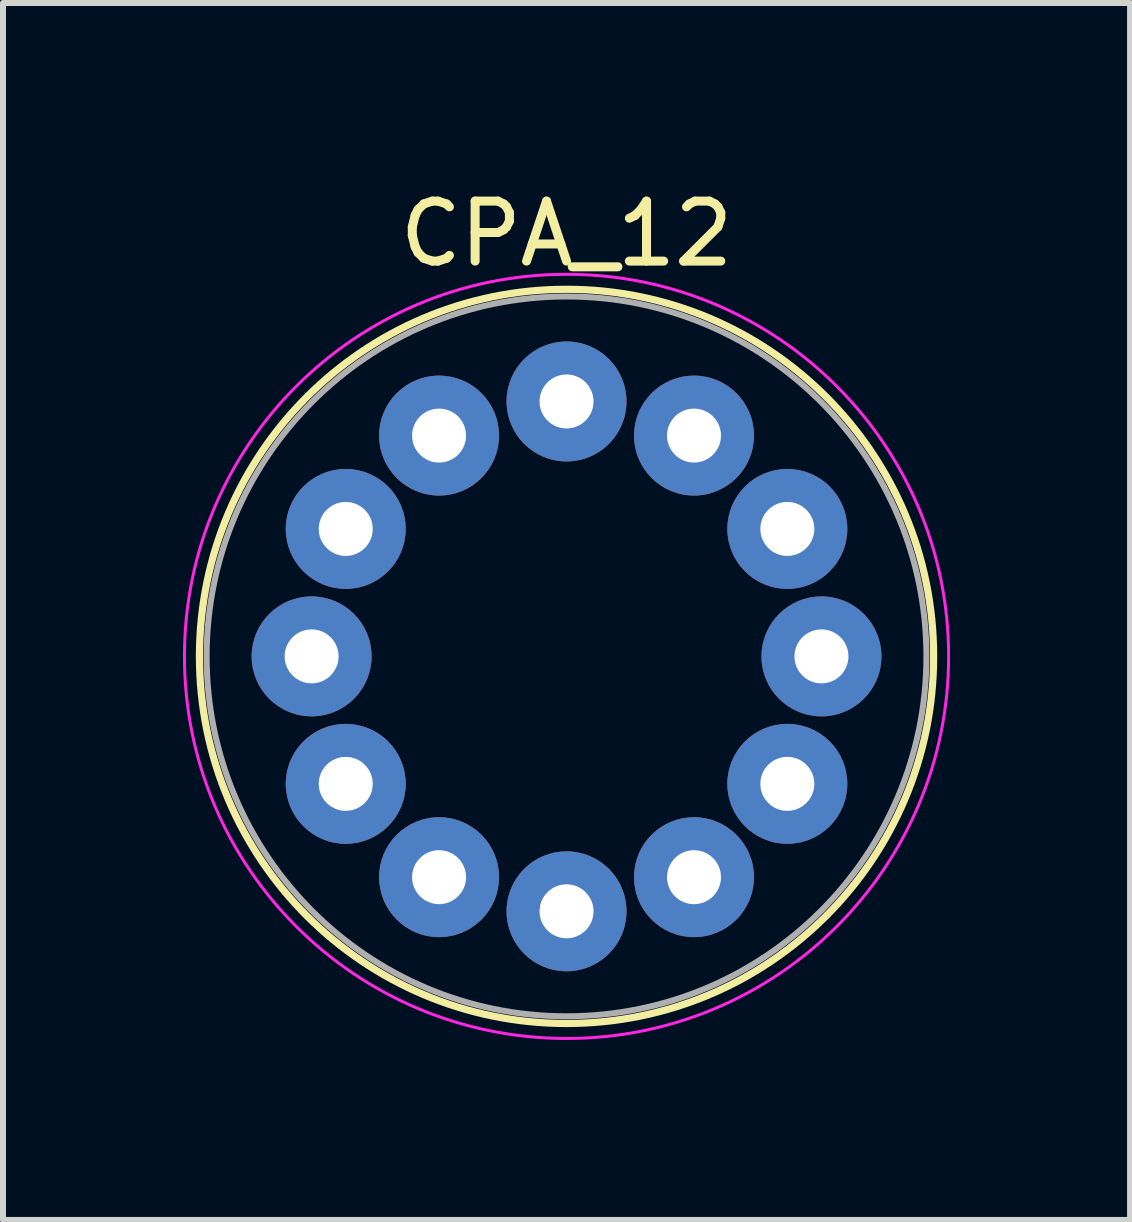
<source format=kicad_pcb>
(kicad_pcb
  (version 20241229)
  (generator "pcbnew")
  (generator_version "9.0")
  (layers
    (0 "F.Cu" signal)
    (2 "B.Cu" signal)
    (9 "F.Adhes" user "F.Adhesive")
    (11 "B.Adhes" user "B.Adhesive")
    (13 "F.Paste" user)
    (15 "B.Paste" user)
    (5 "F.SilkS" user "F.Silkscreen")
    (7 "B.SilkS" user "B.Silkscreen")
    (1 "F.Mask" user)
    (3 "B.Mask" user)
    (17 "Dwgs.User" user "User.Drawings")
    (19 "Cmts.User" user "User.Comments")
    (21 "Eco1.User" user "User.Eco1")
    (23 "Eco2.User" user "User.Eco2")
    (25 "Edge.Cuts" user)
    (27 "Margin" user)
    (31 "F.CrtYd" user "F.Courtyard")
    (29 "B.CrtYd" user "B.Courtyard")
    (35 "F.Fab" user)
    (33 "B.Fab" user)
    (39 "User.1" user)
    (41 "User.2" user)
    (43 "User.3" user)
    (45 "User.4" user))
  (footprint "CPA_12"
    (layer "F.Cu")
    (at 6.395 7.893)
    (property "Reference" "CPA_12" (at 0 -7.045 0) (layer "F.SilkS") (effects (font (size 1 1) (thickness 0.15))))
    (fp_circle (center 0 0) (end 0 6.12) (stroke (width 0.12) (type solid)) (fill no) (layer "F.SilkS"))
    (fp_circle (center 0 0) (end 0 6.37) (stroke (width 0.05) (type solid)) (fill no) (layer "F.CrtYd"))
    (fp_circle (center 0 0) (end 0 6) (stroke (width 0.1) (type solid)) (fill no) (layer "F.Fab"))
    (pad "1" thru_hole oval (at 0 -4.25) (size 2 2) (drill 0.9) (layers "*.Cu" "*.Mask"))
    (pad "2" thru_hole oval (at 2.125 -3.681) (size 2 2) (drill 0.9) (layers "*.Cu" "*.Mask"))
    (pad "3" thru_hole oval (at 3.681 -2.125) (size 2 2) (drill 0.9) (layers "*.Cu" "*.Mask"))
    (pad "4" thru_hole oval (at 4.25 0) (size 2 2) (drill 0.9) (layers "*.Cu" "*.Mask"))
    (pad "5" thru_hole oval (at 3.681 2.125) (size 2 2) (drill 0.9) (layers "*.Cu" "*.Mask"))
    (pad "6" thru_hole oval (at 2.125 3.681) (size 2 2) (drill 0.9) (layers "*.Cu" "*.Mask"))
    (pad "7" thru_hole oval (at 0 4.25) (size 2 2) (drill 0.9) (layers "*.Cu" "*.Mask"))
    (pad "8" thru_hole oval (at -2.125 3.681) (size 2 2) (drill 0.9) (layers "*.Cu" "*.Mask"))
    (pad "9" thru_hole oval (at -3.681 2.125) (size 2 2) (drill 0.9) (layers "*.Cu" "*.Mask"))
    (pad "10" thru_hole oval (at -4.25 0) (size 2 2) (drill 0.9) (layers "*.Cu" "*.Mask"))
    (pad "11" thru_hole oval (at -3.681 -2.125) (size 2 2) (drill 0.9) (layers "*.Cu" "*.Mask"))
    (pad "12" thru_hole oval (at -2.125 -3.681) (size 2 2) (drill 0.9) (layers "*.Cu" "*.Mask")))
  (gr_rect
    (start -3 -3)
    (end 15.79 17.288)
    (stroke (width 0.1) (type default))
    (fill no)
    (layer "Edge.Cuts")))
</source>
